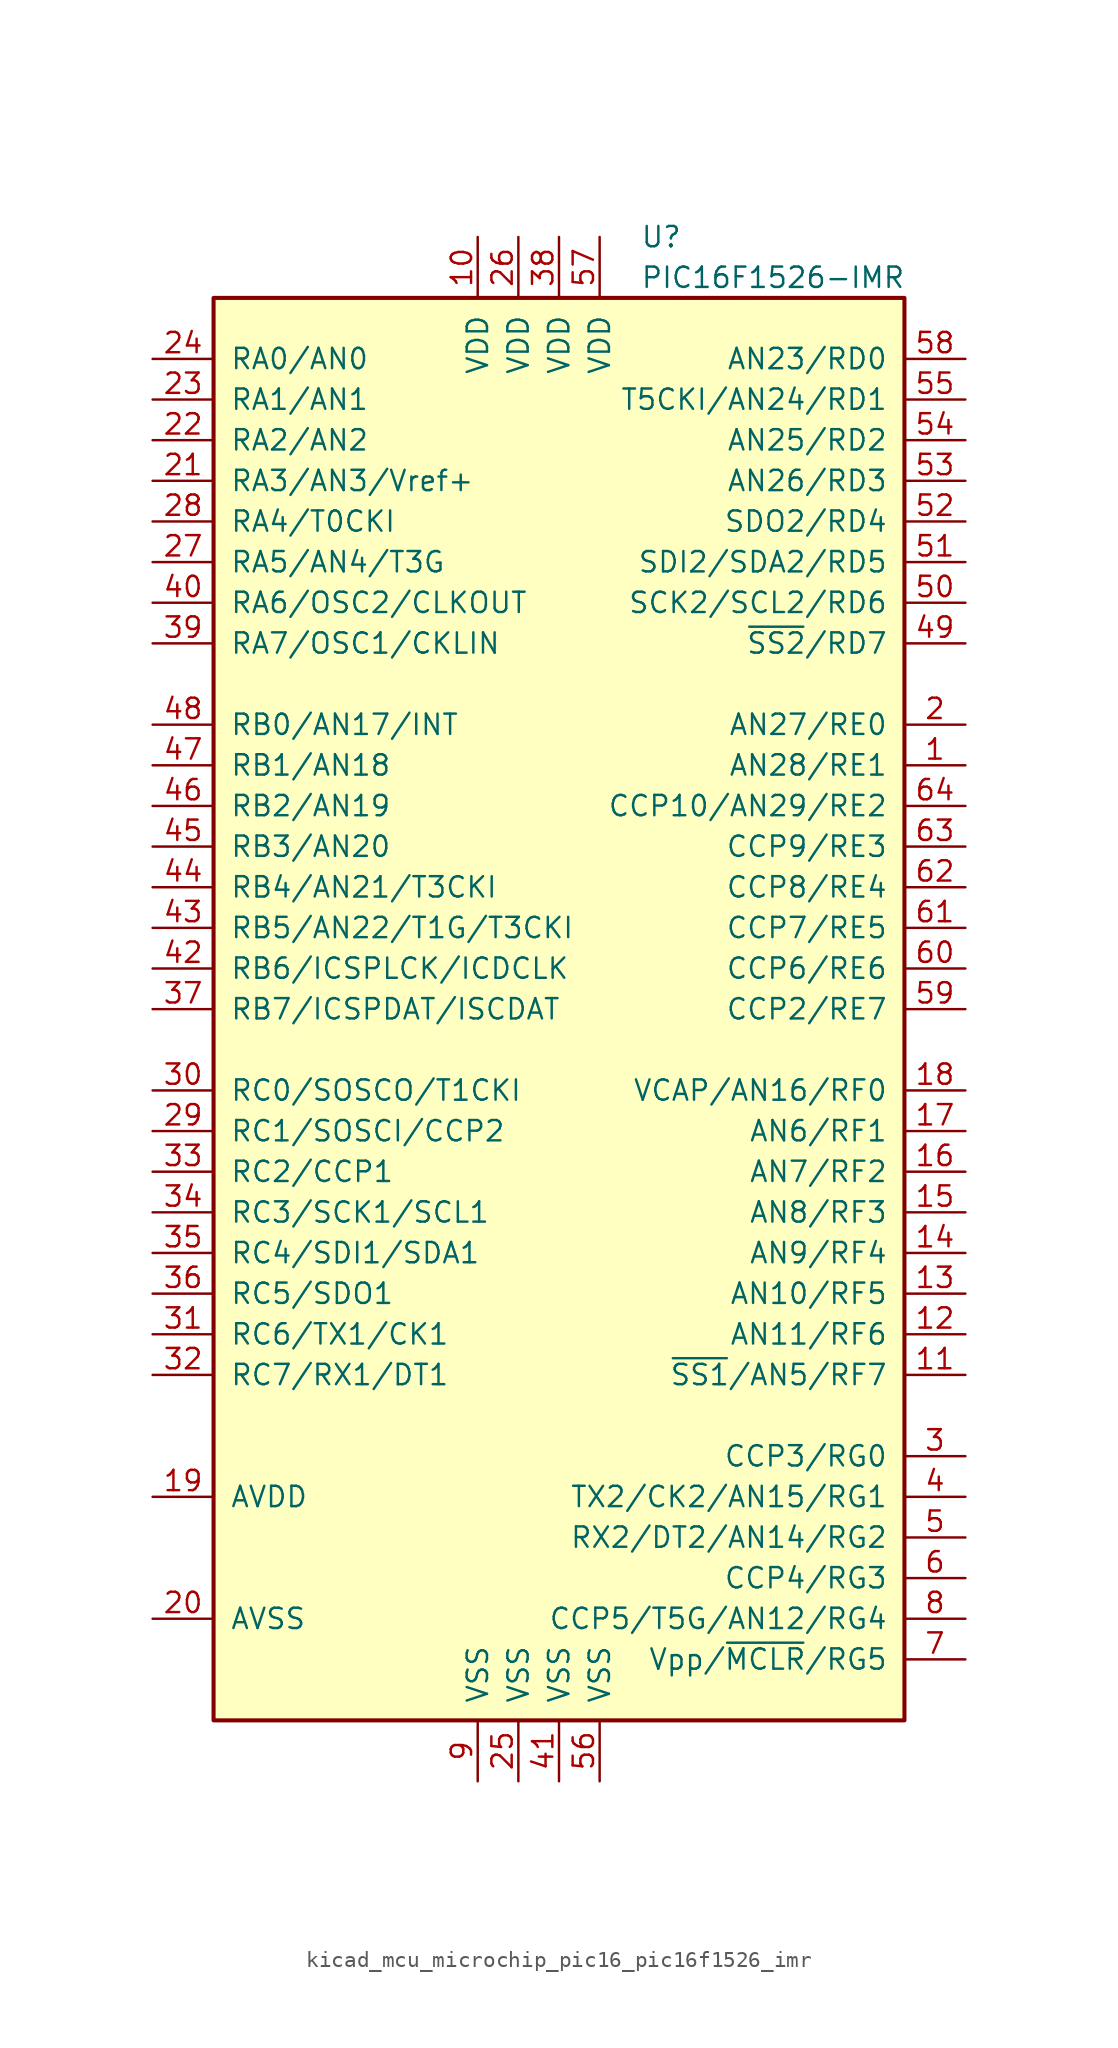
<source format=kicad_sym>
(kicad_symbol_lib
  (version 20220914)
  (generator kicad_symbol_editor)
  (symbol "kicad_mcu_microchip_pic16_pic16f1526_imr"
    (pin_names
      (offset 1.016))
    (property "Reference" "U"
      (at 5.08 48.26 0)
      (effects (font (size 1.27 1.27)) (justify left)))
    (property "Value" "PIC16F1526-IMR"
      (at 5.08 45.72 0)
      (effects (font (size 1.27 1.27)) (justify left)))
    (symbol "kicad_mcu_microchip_pic16_pic16f1526_imr_0_1"
      (rectangle (start -21.59 44.45) (end 21.59 -44.45) (stroke (width 0.254) (type default)) (fill (type background))))
    (symbol "kicad_mcu_microchip_pic16_pic16f1526_imr_1_1"
      (pin bidirectional line (at 25.4 15.24 180) (length 3.81) (name "AN28/RE1" (effects (font (size 1.27 1.27)))) (number "1" (effects (font (size 1.27 1.27)))))
      (pin power_in line (at -5.08 48.26 270) (length 3.81) (name "VDD" (effects (font (size 1.27 1.27)))) (number "10" (effects (font (size 1.27 1.27)))))
      (pin bidirectional line (at 25.4 -22.86 180) (length 3.81) (name "~{SS1}/AN5/RF7" (effects (font (size 1.27 1.27)))) (number "11" (effects (font (size 1.27 1.27)))))
      (pin bidirectional line (at 25.4 -20.32 180) (length 3.81) (name "AN11/RF6" (effects (font (size 1.27 1.27)))) (number "12" (effects (font (size 1.27 1.27)))))
      (pin bidirectional line (at 25.4 -17.78 180) (length 3.81) (name "AN10/RF5" (effects (font (size 1.27 1.27)))) (number "13" (effects (font (size 1.27 1.27)))))
      (pin bidirectional line (at 25.4 -15.24 180) (length 3.81) (name "AN9/RF4" (effects (font (size 1.27 1.27)))) (number "14" (effects (font (size 1.27 1.27)))))
      (pin bidirectional line (at 25.4 -12.7 180) (length 3.81) (name "AN8/RF3" (effects (font (size 1.27 1.27)))) (number "15" (effects (font (size 1.27 1.27)))))
      (pin bidirectional line (at 25.4 -10.16 180) (length 3.81) (name "AN7/RF2" (effects (font (size 1.27 1.27)))) (number "16" (effects (font (size 1.27 1.27)))))
      (pin bidirectional line (at 25.4 -7.62 180) (length 3.81) (name "AN6/RF1" (effects (font (size 1.27 1.27)))) (number "17" (effects (font (size 1.27 1.27)))))
      (pin bidirectional line (at 25.4 -5.08 180) (length 3.81) (name "VCAP/AN16/RF0" (effects (font (size 1.27 1.27)))) (number "18" (effects (font (size 1.27 1.27)))))
      (pin power_in line (at -25.4 -30.48 0) (length 3.81) (name "AVDD" (effects (font (size 1.27 1.27)))) (number "19" (effects (font (size 1.27 1.27)))))
      (pin bidirectional line (at 25.4 17.78 180) (length 3.81) (name "AN27/RE0" (effects (font (size 1.27 1.27)))) (number "2" (effects (font (size 1.27 1.27)))))
      (pin power_in line (at -25.4 -38.1 0) (length 3.81) (name "AVSS" (effects (font (size 1.27 1.27)))) (number "20" (effects (font (size 1.27 1.27)))))
      (pin bidirectional line (at -25.4 33.02 0) (length 3.81) (name "RA3/AN3/Vref+" (effects (font (size 1.27 1.27)))) (number "21" (effects (font (size 1.27 1.27)))))
      (pin bidirectional line (at -25.4 35.56 0) (length 3.81) (name "RA2/AN2" (effects (font (size 1.27 1.27)))) (number "22" (effects (font (size 1.27 1.27)))))
      (pin bidirectional line (at -25.4 38.1 0) (length 3.81) (name "RA1/AN1" (effects (font (size 1.27 1.27)))) (number "23" (effects (font (size 1.27 1.27)))))
      (pin bidirectional line (at -25.4 40.64 0) (length 3.81) (name "RA0/AN0" (effects (font (size 1.27 1.27)))) (number "24" (effects (font (size 1.27 1.27)))))
      (pin power_in line (at -2.54 -48.26 90) (length 3.81) (name "VSS" (effects (font (size 1.27 1.27)))) (number "25" (effects (font (size 1.27 1.27)))))
      (pin power_in line (at -2.54 48.26 270) (length 3.81) (name "VDD" (effects (font (size 1.27 1.27)))) (number "26" (effects (font (size 1.27 1.27)))))
      (pin bidirectional line (at -25.4 27.94 0) (length 3.81) (name "RA5/AN4/T3G" (effects (font (size 1.27 1.27)))) (number "27" (effects (font (size 1.27 1.27)))))
      (pin bidirectional line (at -25.4 30.48 0) (length 3.81) (name "RA4/T0CKI" (effects (font (size 1.27 1.27)))) (number "28" (effects (font (size 1.27 1.27)))))
      (pin bidirectional line (at -25.4 -7.62 0) (length 3.81) (name "RC1/SOSCI/CCP2" (effects (font (size 1.27 1.27)))) (number "29" (effects (font (size 1.27 1.27)))))
      (pin bidirectional line (at 25.4 -27.94 180) (length 3.81) (name "CCP3/RG0" (effects (font (size 1.27 1.27)))) (number "3" (effects (font (size 1.27 1.27)))))
      (pin bidirectional line (at -25.4 -5.08 0) (length 3.81) (name "RC0/SOSCO/T1CKI" (effects (font (size 1.27 1.27)))) (number "30" (effects (font (size 1.27 1.27)))))
      (pin bidirectional line (at -25.4 -20.32 0) (length 3.81) (name "RC6/TX1/CK1" (effects (font (size 1.27 1.27)))) (number "31" (effects (font (size 1.27 1.27)))))
      (pin bidirectional line (at -25.4 -22.86 0) (length 3.81) (name "RC7/RX1/DT1" (effects (font (size 1.27 1.27)))) (number "32" (effects (font (size 1.27 1.27)))))
      (pin bidirectional line (at -25.4 -10.16 0) (length 3.81) (name "RC2/CCP1" (effects (font (size 1.27 1.27)))) (number "33" (effects (font (size 1.27 1.27)))))
      (pin bidirectional line (at -25.4 -12.7 0) (length 3.81) (name "RC3/SCK1/SCL1" (effects (font (size 1.27 1.27)))) (number "34" (effects (font (size 1.27 1.27)))))
      (pin bidirectional line (at -25.4 -15.24 0) (length 3.81) (name "RC4/SDI1/SDA1" (effects (font (size 1.27 1.27)))) (number "35" (effects (font (size 1.27 1.27)))))
      (pin bidirectional line (at -25.4 -17.78 0) (length 3.81) (name "RC5/SDO1" (effects (font (size 1.27 1.27)))) (number "36" (effects (font (size 1.27 1.27)))))
      (pin bidirectional line (at -25.4 0 0) (length 3.81) (name "RB7/ICSPDAT/ISCDAT" (effects (font (size 1.27 1.27)))) (number "37" (effects (font (size 1.27 1.27)))))
      (pin power_in line (at 0 48.26 270) (length 3.81) (name "VDD" (effects (font (size 1.27 1.27)))) (number "38" (effects (font (size 1.27 1.27)))))
      (pin bidirectional line (at -25.4 22.86 0) (length 3.81) (name "RA7/OSC1/CKLIN" (effects (font (size 1.27 1.27)))) (number "39" (effects (font (size 1.27 1.27)))))
      (pin bidirectional line (at 25.4 -30.48 180) (length 3.81) (name "TX2/CK2/AN15/RG1" (effects (font (size 1.27 1.27)))) (number "4" (effects (font (size 1.27 1.27)))))
      (pin bidirectional line (at -25.4 25.4 0) (length 3.81) (name "RA6/OSC2/CLKOUT" (effects (font (size 1.27 1.27)))) (number "40" (effects (font (size 1.27 1.27)))))
      (pin power_in line (at 0 -48.26 90) (length 3.81) (name "VSS" (effects (font (size 1.27 1.27)))) (number "41" (effects (font (size 1.27 1.27)))))
      (pin bidirectional line (at -25.4 2.54 0) (length 3.81) (name "RB6/ICSPLCK/ICDCLK" (effects (font (size 1.27 1.27)))) (number "42" (effects (font (size 1.27 1.27)))))
      (pin bidirectional line (at -25.4 5.08 0) (length 3.81) (name "RB5/AN22/T1G/T3CKI" (effects (font (size 1.27 1.27)))) (number "43" (effects (font (size 1.27 1.27)))))
      (pin bidirectional line (at -25.4 7.62 0) (length 3.81) (name "RB4/AN21/T3CKI" (effects (font (size 1.27 1.27)))) (number "44" (effects (font (size 1.27 1.27)))))
      (pin bidirectional line (at -25.4 10.16 0) (length 3.81) (name "RB3/AN20" (effects (font (size 1.27 1.27)))) (number "45" (effects (font (size 1.27 1.27)))))
      (pin bidirectional line (at -25.4 12.7 0) (length 3.81) (name "RB2/AN19" (effects (font (size 1.27 1.27)))) (number "46" (effects (font (size 1.27 1.27)))))
      (pin bidirectional line (at -25.4 15.24 0) (length 3.81) (name "RB1/AN18" (effects (font (size 1.27 1.27)))) (number "47" (effects (font (size 1.27 1.27)))))
      (pin bidirectional line (at -25.4 17.78 0) (length 3.81) (name "RB0/AN17/INT" (effects (font (size 1.27 1.27)))) (number "48" (effects (font (size 1.27 1.27)))))
      (pin bidirectional line (at 25.4 22.86 180) (length 3.81) (name "~{SS2}/RD7" (effects (font (size 1.27 1.27)))) (number "49" (effects (font (size 1.27 1.27)))))
      (pin bidirectional line (at 25.4 -33.02 180) (length 3.81) (name "RX2/DT2/AN14/RG2" (effects (font (size 1.27 1.27)))) (number "5" (effects (font (size 1.27 1.27)))))
      (pin bidirectional line (at 25.4 25.4 180) (length 3.81) (name "SCK2/SCL2/RD6" (effects (font (size 1.27 1.27)))) (number "50" (effects (font (size 1.27 1.27)))))
      (pin bidirectional line (at 25.4 27.94 180) (length 3.81) (name "SDI2/SDA2/RD5" (effects (font (size 1.27 1.27)))) (number "51" (effects (font (size 1.27 1.27)))))
      (pin bidirectional line (at 25.4 30.48 180) (length 3.81) (name "SDO2/RD4" (effects (font (size 1.27 1.27)))) (number "52" (effects (font (size 1.27 1.27)))))
      (pin bidirectional line (at 25.4 33.02 180) (length 3.81) (name "AN26/RD3" (effects (font (size 1.27 1.27)))) (number "53" (effects (font (size 1.27 1.27)))))
      (pin bidirectional line (at 25.4 35.56 180) (length 3.81) (name "AN25/RD2" (effects (font (size 1.27 1.27)))) (number "54" (effects (font (size 1.27 1.27)))))
      (pin bidirectional line (at 25.4 38.1 180) (length 3.81) (name "T5CKI/AN24/RD1" (effects (font (size 1.27 1.27)))) (number "55" (effects (font (size 1.27 1.27)))))
      (pin power_in line (at 2.54 -48.26 90) (length 3.81) (name "VSS" (effects (font (size 1.27 1.27)))) (number "56" (effects (font (size 1.27 1.27)))))
      (pin power_in line (at 2.54 48.26 270) (length 3.81) (name "VDD" (effects (font (size 1.27 1.27)))) (number "57" (effects (font (size 1.27 1.27)))))
      (pin bidirectional line (at 25.4 40.64 180) (length 3.81) (name "AN23/RD0" (effects (font (size 1.27 1.27)))) (number "58" (effects (font (size 1.27 1.27)))))
      (pin bidirectional line (at 25.4 0 180) (length 3.81) (name "CCP2/RE7" (effects (font (size 1.27 1.27)))) (number "59" (effects (font (size 1.27 1.27)))))
      (pin bidirectional line (at 25.4 -35.56 180) (length 3.81) (name "CCP4/RG3" (effects (font (size 1.27 1.27)))) (number "6" (effects (font (size 1.27 1.27)))))
      (pin bidirectional line (at 25.4 2.54 180) (length 3.81) (name "CCP6/RE6" (effects (font (size 1.27 1.27)))) (number "60" (effects (font (size 1.27 1.27)))))
      (pin bidirectional line (at 25.4 5.08 180) (length 3.81) (name "CCP7/RE5" (effects (font (size 1.27 1.27)))) (number "61" (effects (font (size 1.27 1.27)))))
      (pin bidirectional line (at 25.4 7.62 180) (length 3.81) (name "CCP8/RE4" (effects (font (size 1.27 1.27)))) (number "62" (effects (font (size 1.27 1.27)))))
      (pin bidirectional line (at 25.4 10.16 180) (length 3.81) (name "CCP9/RE3" (effects (font (size 1.27 1.27)))) (number "63" (effects (font (size 1.27 1.27)))))
      (pin bidirectional line (at 25.4 12.7 180) (length 3.81) (name "CCP10/AN29/RE2" (effects (font (size 1.27 1.27)))) (number "64" (effects (font (size 1.27 1.27)))))
      (pin input line (at 25.4 -40.64 180) (length 3.81) (name "Vpp/~{MCLR}/RG5" (effects (font (size 1.27 1.27)))) (number "7" (effects (font (size 1.27 1.27)))))
      (pin bidirectional line (at 25.4 -38.1 180) (length 3.81) (name "CCP5/T5G/AN12/RG4" (effects (font (size 1.27 1.27)))) (number "8" (effects (font (size 1.27 1.27)))))
      (pin power_in line (at -5.08 -48.26 90) (length 3.81) (name "VSS" (effects (font (size 1.27 1.27)))) (number "9" (effects (font (size 1.27 1.27))))))))
</source>
